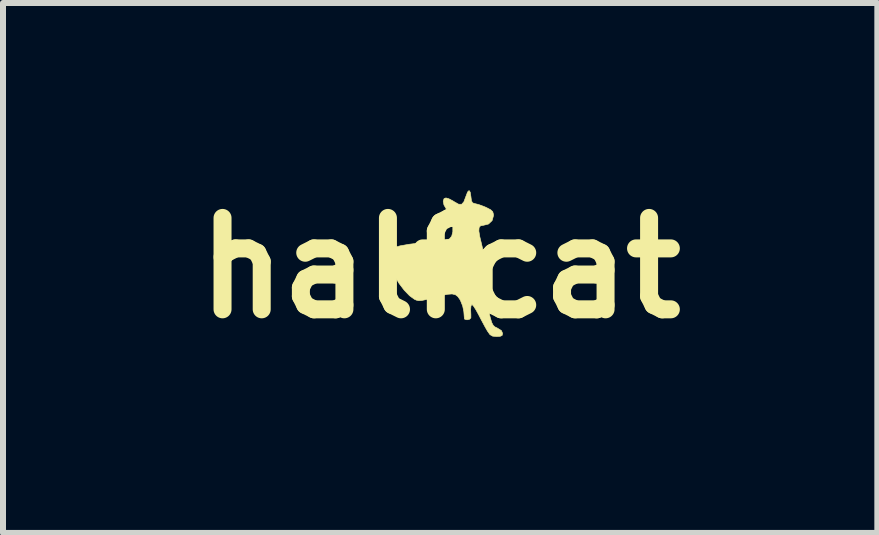
<source format=kicad_pcb>
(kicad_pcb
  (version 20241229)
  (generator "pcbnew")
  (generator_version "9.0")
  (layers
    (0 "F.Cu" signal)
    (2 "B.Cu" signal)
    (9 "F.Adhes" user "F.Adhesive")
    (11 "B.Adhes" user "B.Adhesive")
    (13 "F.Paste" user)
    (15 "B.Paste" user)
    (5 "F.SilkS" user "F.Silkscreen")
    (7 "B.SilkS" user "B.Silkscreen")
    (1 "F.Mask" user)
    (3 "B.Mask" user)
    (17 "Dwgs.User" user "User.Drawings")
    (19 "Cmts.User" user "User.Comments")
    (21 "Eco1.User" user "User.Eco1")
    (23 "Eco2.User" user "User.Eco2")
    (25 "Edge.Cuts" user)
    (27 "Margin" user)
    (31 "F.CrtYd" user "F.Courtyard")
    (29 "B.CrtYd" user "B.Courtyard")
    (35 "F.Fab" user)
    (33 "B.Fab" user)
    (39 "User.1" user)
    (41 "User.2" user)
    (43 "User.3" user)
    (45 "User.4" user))
  (footprint "halfcat"
    (layer "F.Cu")
    (at 4.289 1.418)
    (property "Reference" "halfcat" (at 0 0 0) (layer "F.SilkS") (effects (font (size 1.524 1.524) (thickness 0.3))))
    (attr through_hole)
    (fp_poly (pts (xy 0.501 -1.264) (xy 0.513 -1.188) (xy 0.513 -1.187) (xy 0.522 -1.118) (xy 0.542 -1.085) (xy 0.582 -1.072) (xy 0.584 -1.072) (xy 0.644 -1.057) (xy 0.726 -1.027) (xy 0.768 -1.009) (xy 0.84 -0.972) (xy 0.876 -0.939) (xy 0.888 -0.897) (xy 0.889 -0.872) (xy 0.866 -0.79) (xy 0.806 -0.733) (xy 0.719 -0.711) (xy 0.717 -0.711) (xy 0.673 -0.703) (xy 0.649 -0.674) (xy 0.645 -0.616) (xy 0.66 -0.524) (xy 0.687 -0.412) (xy 0.715 -0.292) (xy 0.734 -0.173) (xy 0.744 -0.037) (xy 0.749 0.13) (xy 0.75 0.152) (xy 0.755 0.337) (xy 0.767 0.489) (xy 0.788 0.626) (xy 0.811 0.731) (xy 0.839 0.841) (xy 0.861 0.912) (xy 0.884 0.956) (xy 0.912 0.982) (xy 0.953 1.002) (xy 0.955 1.003) (xy 1.022 1.045) (xy 1.041 1.091) (xy 1.033 1.125) (xy 0.999 1.14) (xy 0.942 1.143) (xy 0.875 1.137) (xy 0.831 1.112) (xy 0.789 1.053) (xy 0.786 1.048) (xy 0.745 0.976) (xy 0.693 0.879) (xy 0.642 0.781) (xy 0.597 0.699) (xy 0.558 0.638) (xy 0.532 0.61) (xy 0.529 0.61) (xy 0.514 0.632) (xy 0.509 0.687) (xy 0.509 0.705) (xy 0.512 0.776) (xy 0.512 0.827) (xy 0.512 0.832) (xy 0.49 0.855) (xy 0.448 0.864) (xy 0.412 0.856) (xy 0.404 0.845) (xy 0.401 0.809) (xy 0.396 0.744) (xy 0.394 0.724) (xy 0.375 0.633) (xy 0.338 0.541) (xy 0.33 0.527) (xy 0.295 0.477) (xy 0.254 0.446) (xy 0.199 0.433) (xy 0.121 0.439) (xy 0.011 0.462) (xy -0.12 0.496) (xy -0.231 0.526) (xy -0.306 0.542) (xy -0.357 0.545) (xy -0.396 0.537) (xy -0.429 0.522) (xy -0.51 0.463) (xy -0.599 0.371) (xy -0.685 0.258) (xy -0.754 0.141) (xy -0.793 0.045) (xy -0.821 -0.063) (xy -0.835 -0.169) (xy -0.834 -0.257) (xy -0.816 -0.313) (xy -0.815 -0.315) (xy -0.767 -0.342) (xy -0.668 -0.369) (xy -0.52 -0.395) (xy -0.323 -0.419) (xy -0.172 -0.435) (xy -0.054 -0.447) (xy 0.049 -0.461) (xy 0.123 -0.474) (xy 0.154 -0.484) (xy 0.192 -0.529) (xy 0.211 -0.604) (xy 0.211 -0.689) (xy 0.189 -0.764) (xy 0.163 -0.828) (xy 0.152 -0.877) (xy 0.137 -0.926) (xy 0.102 -0.984) (xy 0.063 -1.051) (xy 0.051 -1.113) (xy 0.065 -1.156) (xy 0.096 -1.168) (xy 0.143 -1.155) (xy 0.21 -1.12) (xy 0.237 -1.103) (xy 0.308 -1.063) (xy 0.358 -1.062) (xy 0.395 -1.103) (xy 0.428 -1.191) (xy 0.429 -1.193) (xy 0.457 -1.267) (xy 0.482 -1.291) (xy 0.501 -1.264)) (stroke (width 0.01) (type solid)) (fill yes) (layer "F.SilkS")))
  (gr_rect
    (start -3 -3)
    (end 11.578 5.836)
    (stroke (width 0.1) (type default))
    (fill no)
    (layer "Edge.Cuts")))
</source>
